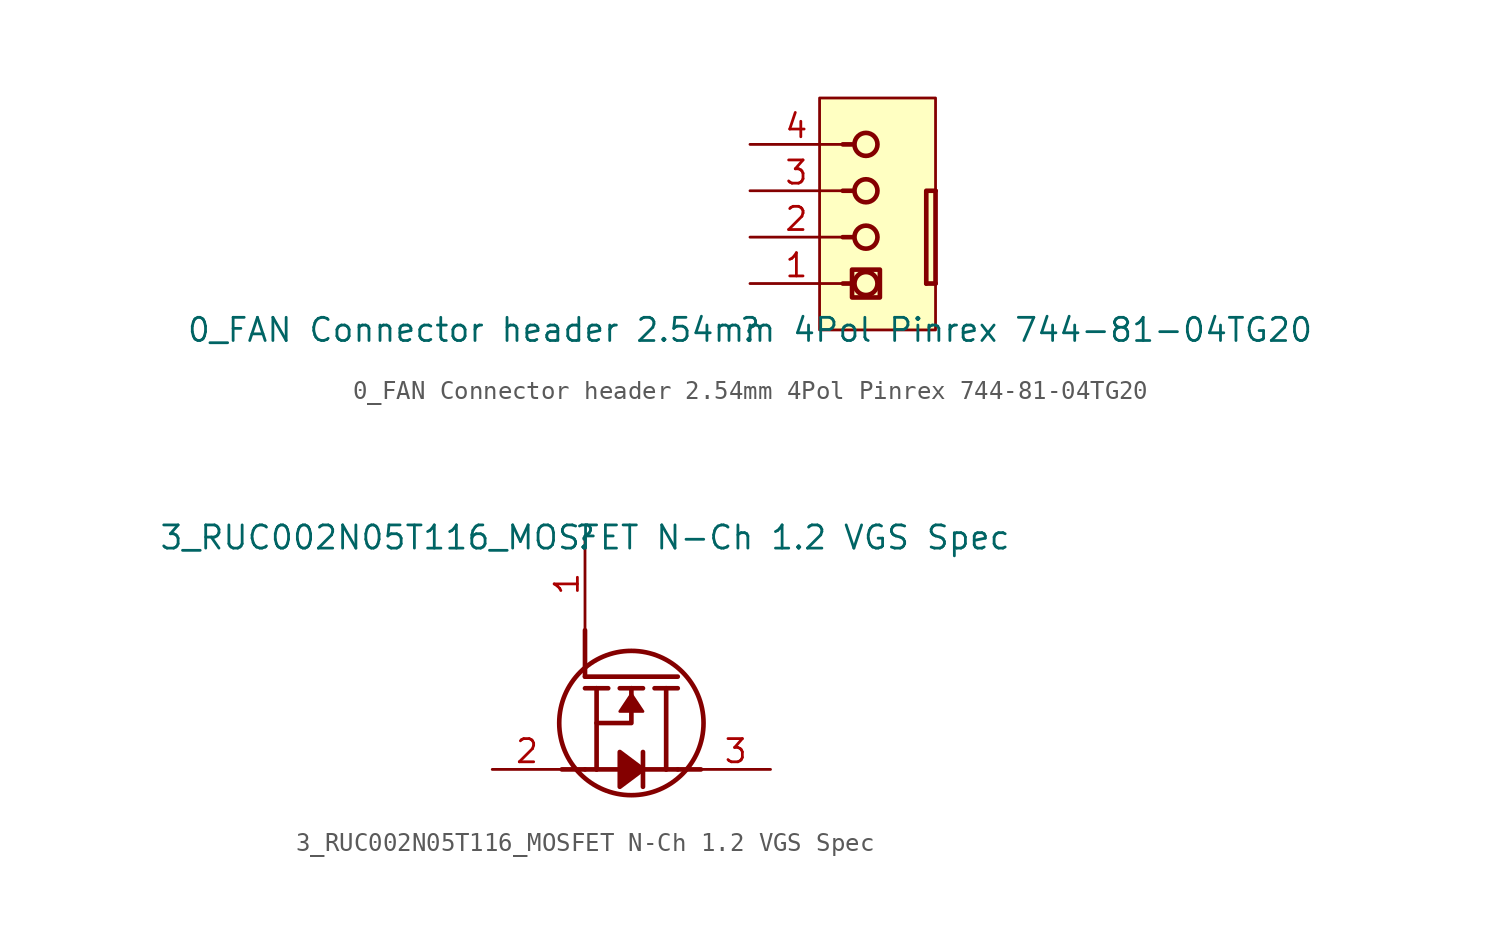
<source format=kicad_sym>
(kicad_symbol_lib
  (version 20211014)
  (generator kicad_symbol_editor)
  (symbol "0_FAN Connector header 2.54mm 4Pol Pinrex 744-81-04TG20"
    (property "Reference" ""
      (at 0 0 0)
      (effects (font (size 1.27 1.27))))
    (property "Value" "0_FAN Connector header 2.54mm 4Pol Pinrex 744-81-04TG20"
      (at 0 0 0)
      (effects (font (size 1.27 1.27))))
    (symbol "0_FAN Connector header 2.54mm 4Pol Pinrex 744-81-04TG20_1_0"
      (polyline (pts (xy 5.08 2.54) (xy 5.588 2.54)) (stroke (width 0.254) (type default) (color 0 0 0 0)) (fill (type none)))
      (polyline (pts (xy 5.08 5.08) (xy 5.588 5.08)) (stroke (width 0.254) (type default) (color 0 0 0 0)) (fill (type none)))
      (polyline (pts (xy 5.08 7.62) (xy 5.588 7.62)) (stroke (width 0.254) (type default) (color 0 0 0 0)) (fill (type none)))
      (polyline (pts (xy 5.08 10.16) (xy 5.588 10.16)) (stroke (width 0.254) (type default) (color 0 0 0 0)) (fill (type none)))
      (polyline (pts (xy 10.16 2.54) (xy 9.652 2.54)) (stroke (width 0.254) (type default) (color 0 0 0 0)) (fill (type none)))
      (polyline (pts (xy 10.16 7.62) (xy 10.16 2.54)) (stroke (width 0.254) (type default) (color 0 0 0 0)) (fill (type none)))
      (polyline (pts (xy 10.16 7.62) (xy 9.652 7.62) (xy 9.652 2.54)) (stroke (width 0.254) (type default) (color 0 0 0 0)) (fill (type none)))
      (polyline (pts (xy 5.588 3.302) (xy 7.112 3.302) (xy 7.112 1.778) (xy 5.588 1.778) (xy 5.588 3.302)) (stroke (width 0.254) (type default) (color 0 0 0 0)) (fill (type none)))
      (circle (center 6.35 2.54) (radius 0.63) (stroke (width 0.254) (type default) (color 0 0 0 0)) (fill (type none)))
      (circle (center 6.35 5.08) (radius 0.63) (stroke (width 0.254) (type default) (color 0 0 0 0)) (fill (type none)))
      (circle (center 6.35 7.62) (radius 0.63) (stroke (width 0.254) (type default) (color 0 0 0 0)) (fill (type none)))
      (circle (center 6.35 10.16) (radius 0.63) (stroke (width 0.254) (type default) (color 0 0 0 0)) (fill (type none)))
      (rectangle (start 10.16 12.7) (end 3.81 0) (stroke (width 0) (type default) (color 0 0 0 0)) (fill (type background)))
      (pin passive line (at 0 2.54 0) (length 5.08) (name "1" (effects (font (size 0 0)))) (number "1" (effects (font (size 1.27 1.27)))))
      (pin passive line (at 0 5.08 0) (length 5.08) (name "2" (effects (font (size 0 0)))) (number "2" (effects (font (size 1.27 1.27)))))
      (pin passive line (at 0 7.62 0) (length 5.08) (name "3" (effects (font (size 0 0)))) (number "3" (effects (font (size 1.27 1.27)))))
      (pin passive line (at 0 10.16 0) (length 5.08) (name "4" (effects (font (size 0 0)))) (number "4" (effects (font (size 1.27 1.27)))))))
  (symbol "3_RUC002N05T116_MOSFET N-Ch 1.2 VGS Spec"
    (property "Reference" ""
      (at 0 0 0)
      (effects (font (size 1.27 1.27))))
    (property "Value" "3_RUC002N05T116_MOSFET N-Ch 1.2 VGS Spec"
      (at 0 0 0)
      (effects (font (size 1.27 1.27))))
    (symbol "3_RUC002N05T116_MOSFET N-Ch 1.2 VGS Spec_1_0"
      (polyline (pts (xy 0 -12.7) (xy -1.27 -12.7)) (stroke (width 0.254) (type default) (color 0 0 0 0)) (fill (type none)))
      (polyline (pts (xy 0 -7.62) (xy 5.08 -7.62)) (stroke (width 0.254) (type default) (color 0 0 0 0)) (fill (type none)))
      (polyline (pts (xy 0 -5.08) (xy 0 -7.62)) (stroke (width 0.254) (type default) (color 0 0 0 0)) (fill (type none)))
      (polyline (pts (xy 0.635 -12.7) (xy 0 -12.7)) (stroke (width 0.254) (type default) (color 0 0 0 0)) (fill (type none)))
      (polyline (pts (xy 0.635 -12.7) (xy 1.905 -12.7)) (stroke (width 0.254) (type default) (color 0 0 0 0)) (fill (type none)))
      (polyline (pts (xy 0.635 -10.16) (xy 0.635 -12.7)) (stroke (width 0.254) (type default) (color 0 0 0 0)) (fill (type none)))
      (polyline (pts (xy 0.635 -8.255) (xy 0 -8.255)) (stroke (width 0.254) (type default) (color 0 0 0 0)) (fill (type none)))
      (polyline (pts (xy 0.635 -8.255) (xy 1.27 -8.255)) (stroke (width 0.254) (type default) (color 0 0 0 0)) (fill (type none)))
      (polyline (pts (xy 2.54 -8.255) (xy 1.905 -8.255)) (stroke (width 0.254) (type default) (color 0 0 0 0)) (fill (type none)))
      (polyline (pts (xy 2.54 -8.255) (xy 3.175 -8.255)) (stroke (width 0.254) (type default) (color 0 0 0 0)) (fill (type none)))
      (polyline (pts (xy 3.175 -12.7) (xy 3.175 -13.652)) (stroke (width 0.254) (type default) (color 0 0 0 0)) (fill (type none)))
      (polyline (pts (xy 3.175 -12.7) (xy 3.175 -11.747)) (stroke (width 0.254) (type default) (color 0 0 0 0)) (fill (type none)))
      (polyline (pts (xy 4.445 -12.7) (xy 3.175 -12.7)) (stroke (width 0.254) (type default) (color 0 0 0 0)) (fill (type none)))
      (polyline (pts (xy 4.445 -12.7) (xy 5.08 -12.7)) (stroke (width 0.254) (type default) (color 0 0 0 0)) (fill (type none)))
      (polyline (pts (xy 4.445 -8.255) (xy 3.81 -8.255)) (stroke (width 0.254) (type default) (color 0 0 0 0)) (fill (type none)))
      (polyline (pts (xy 4.445 -8.255) (xy 4.445 -12.7)) (stroke (width 0.254) (type default) (color 0 0 0 0)) (fill (type none)))
      (polyline (pts (xy 4.445 -8.255) (xy 5.08 -8.255)) (stroke (width 0.254) (type default) (color 0 0 0 0)) (fill (type none)))
      (polyline (pts (xy 5.08 -12.7) (xy 6.35 -12.7)) (stroke (width 0.254) (type default) (color 0 0 0 0)) (fill (type none)))
      (polyline (pts (xy 1.905 -12.7) (xy 1.905 -13.652) (xy 3.175 -12.7)) (stroke (width 0.254) (type default) (color 0 0 0 0)) (fill (type none)))
      (polyline (pts (xy 1.905 -12.7) (xy 1.905 -11.747) (xy 3.175 -12.7)) (stroke (width 0.254) (type default) (color 0 0 0 0)) (fill (type none)))
      (polyline (pts (xy 1.905 -13.652) (xy 1.905 -11.747) (xy 3.175 -12.7) (xy 1.905 -13.652)) (stroke (width 0) (type default) (color 0 0 0 0)) (fill (type outline)))
      (polyline (pts (xy 2.54 -8.255) (xy 2.54 -10.16) (xy 0.635 -10.16) (xy 0.635 -8.255)) (stroke (width 0.254) (type default) (color 0 0 0 0)) (fill (type none)))
      (polyline (pts (xy 2.54 -9.525) (xy 1.905 -9.525) (xy 2.54 -8.572) (xy 3.175 -9.525) (xy 2.54 -9.525)) (stroke (width 0) (type default) (color 0 0 0 0)) (fill (type outline)))
      (circle (center 2.54 -10.16) (radius 3.952) (stroke (width 0.254) (type default) (color 0 0 0 0)) (fill (type none)))
      (pin passive line (at 0 0 270) (length 5.08) (name "G" (effects (font (size 0 0)))) (number "1" (effects (font (size 1.27 1.27)))))
      (pin passive line (at -5.08 -12.7 0) (length 3.81) (name "D" (effects (font (size 0 0)))) (number "2" (effects (font (size 1.27 1.27)))))
      (pin passive line (at 10.16 -12.7 180) (length 3.81) (name "S" (effects (font (size 0 0)))) (number "3" (effects (font (size 1.27 1.27))))))))
</source>
